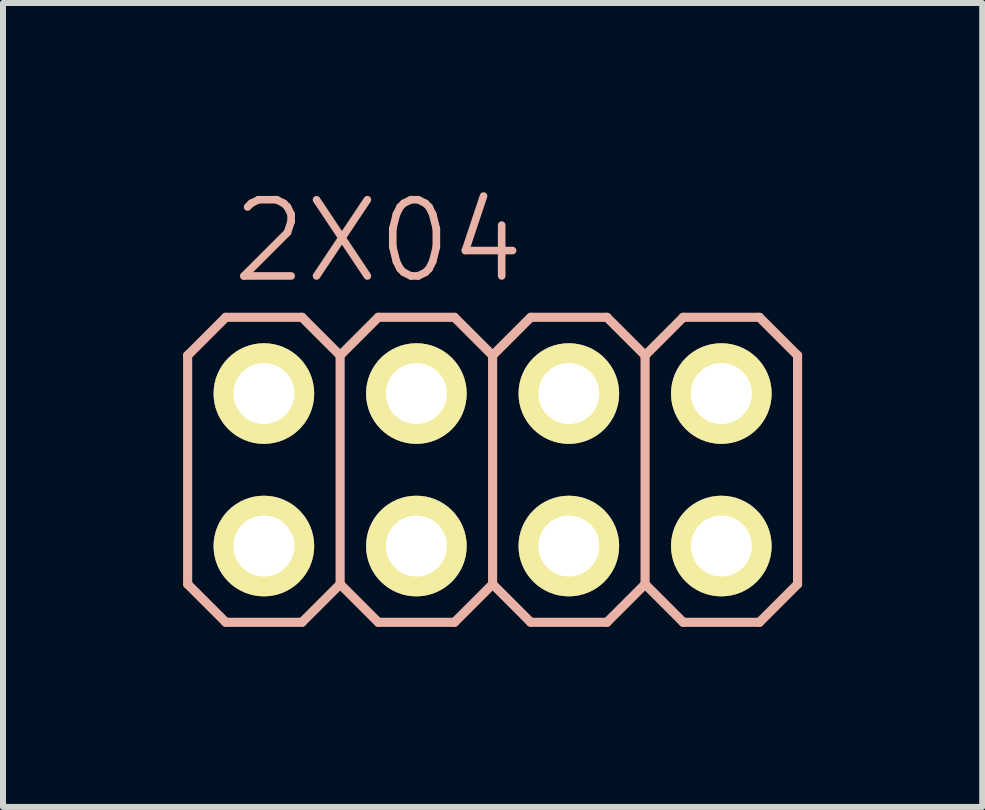
<source format=kicad_pcb>
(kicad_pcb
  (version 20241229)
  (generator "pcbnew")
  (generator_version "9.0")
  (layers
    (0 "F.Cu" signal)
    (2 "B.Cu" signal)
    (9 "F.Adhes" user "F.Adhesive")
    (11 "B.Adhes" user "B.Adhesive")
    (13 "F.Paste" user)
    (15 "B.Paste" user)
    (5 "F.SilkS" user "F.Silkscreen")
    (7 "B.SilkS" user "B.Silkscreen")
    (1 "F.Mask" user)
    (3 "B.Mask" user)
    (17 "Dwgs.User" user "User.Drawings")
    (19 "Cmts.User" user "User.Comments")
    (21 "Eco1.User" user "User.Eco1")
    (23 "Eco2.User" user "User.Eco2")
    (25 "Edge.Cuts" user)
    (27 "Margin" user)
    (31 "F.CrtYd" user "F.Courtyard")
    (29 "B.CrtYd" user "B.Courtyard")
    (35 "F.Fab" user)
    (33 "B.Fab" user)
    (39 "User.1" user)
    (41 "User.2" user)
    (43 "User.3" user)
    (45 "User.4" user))
  (footprint "2X04"
    (layer "F.Cu")
    (at 5.156 4.776)
    (property "Reference" "2X04" (at -1.905 -3.81 0) (layer "B.SilkS") (effects (font (size 1.27 1.27) (thickness 0.127))))
    (attr exclude_from_pos_files exclude_from_bom)
    (fp_line (start -4.064 -1.524) (end -3.556 -1.524) (stroke (width 0.066) (type solid)) (layer "F.SilkS"))
    (fp_line (start -4.064 -1.016) (end -4.064 -1.524) (stroke (width 0.066) (type solid)) (layer "F.SilkS"))
    (fp_line (start -4.064 -1.016) (end -3.556 -1.016) (stroke (width 0.066) (type solid)) (layer "F.SilkS"))
    (fp_line (start -4.064 1.016) (end -3.556 1.016) (stroke (width 0.066) (type solid)) (layer "F.SilkS"))
    (fp_line (start -4.064 1.524) (end -4.064 1.016) (stroke (width 0.066) (type solid)) (layer "F.SilkS"))
    (fp_line (start -4.064 1.524) (end -3.556 1.524) (stroke (width 0.066) (type solid)) (layer "F.SilkS"))
    (fp_line (start -3.556 -1.016) (end -3.556 -1.524) (stroke (width 0.066) (type solid)) (layer "F.SilkS"))
    (fp_line (start -3.556 1.524) (end -3.556 1.016) (stroke (width 0.066) (type solid)) (layer "F.SilkS"))
    (fp_line (start -1.524 -1.524) (end -1.016 -1.524) (stroke (width 0.066) (type solid)) (layer "F.SilkS"))
    (fp_line (start -1.524 -1.016) (end -1.524 -1.524) (stroke (width 0.066) (type solid)) (layer "F.SilkS"))
    (fp_line (start -1.524 -1.016) (end -1.016 -1.016) (stroke (width 0.066) (type solid)) (layer "F.SilkS"))
    (fp_line (start -1.524 1.016) (end -1.016 1.016) (stroke (width 0.066) (type solid)) (layer "F.SilkS"))
    (fp_line (start -1.524 1.524) (end -1.524 1.016) (stroke (width 0.066) (type solid)) (layer "F.SilkS"))
    (fp_line (start -1.524 1.524) (end -1.016 1.524) (stroke (width 0.066) (type solid)) (layer "F.SilkS"))
    (fp_line (start -1.016 -1.016) (end -1.016 -1.524) (stroke (width 0.066) (type solid)) (layer "F.SilkS"))
    (fp_line (start -1.016 1.524) (end -1.016 1.016) (stroke (width 0.066) (type solid)) (layer "F.SilkS"))
    (fp_line (start 1.016 -1.524) (end 1.524 -1.524) (stroke (width 0.066) (type solid)) (layer "F.SilkS"))
    (fp_line (start 1.016 -1.016) (end 1.016 -1.524) (stroke (width 0.066) (type solid)) (layer "F.SilkS"))
    (fp_line (start 1.016 -1.016) (end 1.524 -1.016) (stroke (width 0.066) (type solid)) (layer "F.SilkS"))
    (fp_line (start 1.016 1.016) (end 1.524 1.016) (stroke (width 0.066) (type solid)) (layer "F.SilkS"))
    (fp_line (start 1.016 1.524) (end 1.016 1.016) (stroke (width 0.066) (type solid)) (layer "F.SilkS"))
    (fp_line (start 1.016 1.524) (end 1.524 1.524) (stroke (width 0.066) (type solid)) (layer "F.SilkS"))
    (fp_line (start 1.524 -1.016) (end 1.524 -1.524) (stroke (width 0.066) (type solid)) (layer "F.SilkS"))
    (fp_line (start 1.524 1.524) (end 1.524 1.016) (stroke (width 0.066) (type solid)) (layer "F.SilkS"))
    (fp_line (start 3.556 -1.524) (end 4.064 -1.524) (stroke (width 0.066) (type solid)) (layer "F.SilkS"))
    (fp_line (start 3.556 -1.016) (end 3.556 -1.524) (stroke (width 0.066) (type solid)) (layer "F.SilkS"))
    (fp_line (start 3.556 -1.016) (end 4.064 -1.016) (stroke (width 0.066) (type solid)) (layer "F.SilkS"))
    (fp_line (start 3.556 1.016) (end 4.064 1.016) (stroke (width 0.066) (type solid)) (layer "F.SilkS"))
    (fp_line (start 3.556 1.524) (end 3.556 1.016) (stroke (width 0.066) (type solid)) (layer "F.SilkS"))
    (fp_line (start 3.556 1.524) (end 4.064 1.524) (stroke (width 0.066) (type solid)) (layer "F.SilkS"))
    (fp_line (start 4.064 -1.016) (end 4.064 -1.524) (stroke (width 0.066) (type solid)) (layer "F.SilkS"))
    (fp_line (start 4.064 1.524) (end 4.064 1.016) (stroke (width 0.066) (type solid)) (layer "F.SilkS"))
    (fp_line (start -5.08 -1.905) (end -4.445 -2.54) (stroke (width 0.152) (type solid)) (layer "B.SilkS"))
    (fp_line (start -5.08 1.905) (end -5.08 -1.905) (stroke (width 0.152) (type solid)) (layer "B.SilkS"))
    (fp_line (start -5.08 1.905) (end -4.445 2.54) (stroke (width 0.152) (type solid)) (layer "B.SilkS"))
    (fp_line (start -4.445 -2.54) (end -3.175 -2.54) (stroke (width 0.152) (type solid)) (layer "B.SilkS"))
    (fp_line (start -4.445 2.54) (end -3.175 2.54) (stroke (width 0.152) (type solid)) (layer "B.SilkS"))
    (fp_line (start -3.175 -2.54) (end -2.54 -1.905) (stroke (width 0.152) (type solid)) (layer "B.SilkS"))
    (fp_line (start -3.175 2.54) (end -2.54 1.905) (stroke (width 0.152) (type solid)) (layer "B.SilkS"))
    (fp_line (start -2.54 -1.905) (end -2.54 1.905) (stroke (width 0.152) (type solid)) (layer "B.SilkS"))
    (fp_line (start -2.54 -1.905) (end -1.905 -2.54) (stroke (width 0.152) (type solid)) (layer "B.SilkS"))
    (fp_line (start -2.54 1.905) (end -1.905 2.54) (stroke (width 0.152) (type solid)) (layer "B.SilkS"))
    (fp_line (start -1.905 -2.54) (end -0.635 -2.54) (stroke (width 0.152) (type solid)) (layer "B.SilkS"))
    (fp_line (start -1.905 2.54) (end -0.635 2.54) (stroke (width 0.152) (type solid)) (layer "B.SilkS"))
    (fp_line (start -0.635 -2.54) (end 0 -1.905) (stroke (width 0.152) (type solid)) (layer "B.SilkS"))
    (fp_line (start -0.635 2.54) (end 0 1.905) (stroke (width 0.152) (type solid)) (layer "B.SilkS"))
    (fp_line (start 0 -1.905) (end 0 1.905) (stroke (width 0.152) (type solid)) (layer "B.SilkS"))
    (fp_line (start 0 -1.905) (end 0.635 -2.54) (stroke (width 0.152) (type solid)) (layer "B.SilkS"))
    (fp_line (start 0 1.905) (end 0.635 2.54) (stroke (width 0.152) (type solid)) (layer "B.SilkS"))
    (fp_line (start 0.635 -2.54) (end 1.905 -2.54) (stroke (width 0.152) (type solid)) (layer "B.SilkS"))
    (fp_line (start 0.635 2.54) (end 1.905 2.54) (stroke (width 0.152) (type solid)) (layer "B.SilkS"))
    (fp_line (start 1.905 -2.54) (end 2.54 -1.905) (stroke (width 0.152) (type solid)) (layer "B.SilkS"))
    (fp_line (start 1.905 2.54) (end 2.54 1.905) (stroke (width 0.152) (type solid)) (layer "B.SilkS"))
    (fp_line (start 2.54 -1.905) (end 2.54 1.905) (stroke (width 0.152) (type solid)) (layer "B.SilkS"))
    (fp_line (start 2.54 -1.905) (end 3.175 -2.54) (stroke (width 0.152) (type solid)) (layer "B.SilkS"))
    (fp_line (start 2.54 1.905) (end 3.175 2.54) (stroke (width 0.152) (type solid)) (layer "B.SilkS"))
    (fp_line (start 3.175 -2.54) (end 4.445 -2.54) (stroke (width 0.152) (type solid)) (layer "B.SilkS"))
    (fp_line (start 3.175 2.54) (end 4.445 2.54) (stroke (width 0.152) (type solid)) (layer "B.SilkS"))
    (fp_line (start 4.445 -2.54) (end 5.08 -1.905) (stroke (width 0.152) (type solid)) (layer "B.SilkS"))
    (fp_line (start 4.445 2.54) (end 5.08 1.905) (stroke (width 0.152) (type solid)) (layer "B.SilkS"))
    (fp_line (start 5.08 -1.905) (end 5.08 1.905) (stroke (width 0.152) (type solid)) (layer "B.SilkS"))
    (pad "1" thru_hole circle (at -3.81 1.27) (size 1.676 1.676) (drill 1.016) (layers "*.Cu" "F.Mask" "F.SilkS" "F.Paste"))
    (pad "2" thru_hole circle (at -3.81 -1.27) (size 1.676 1.676) (drill 1.016) (layers "*.Cu" "F.Mask" "F.SilkS" "F.Paste"))
    (pad "3" thru_hole circle (at -1.27 1.27) (size 1.676 1.676) (drill 1.016) (layers "*.Cu" "F.Mask" "F.SilkS" "F.Paste"))
    (pad "4" thru_hole circle (at -1.27 -1.27) (size 1.676 1.676) (drill 1.016) (layers "*.Cu" "F.Mask" "F.SilkS" "F.Paste"))
    (pad "5" thru_hole circle (at 1.27 1.27) (size 1.676 1.676) (drill 1.016) (layers "*.Cu" "F.Mask" "F.SilkS" "F.Paste"))
    (pad "6" thru_hole circle (at 1.27 -1.27) (size 1.676 1.676) (drill 1.016) (layers "*.Cu" "F.Mask" "F.SilkS" "F.Paste"))
    (pad "7" thru_hole circle (at 3.81 1.27) (size 1.676 1.676) (drill 1.016) (layers "*.Cu" "F.Mask" "F.SilkS" "F.Paste"))
    (pad "8" thru_hole circle (at 3.81 -1.27) (size 1.676 1.676) (drill 1.016) (layers "*.Cu" "F.Mask" "F.SilkS" "F.Paste")))
  (gr_rect
    (start -3 -3)
    (end 13.312 10.392)
    (stroke (width 0.1) (type default))
    (fill no)
    (layer "Edge.Cuts")))
</source>
